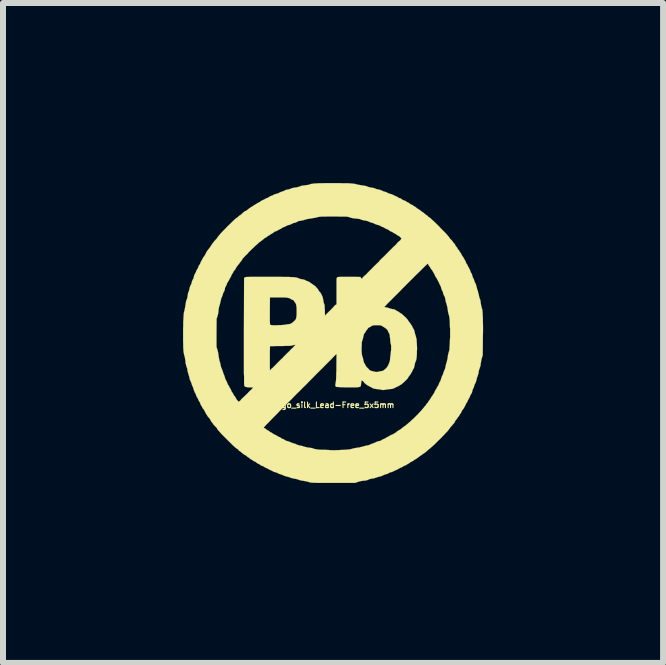
<source format=kicad_pcb>
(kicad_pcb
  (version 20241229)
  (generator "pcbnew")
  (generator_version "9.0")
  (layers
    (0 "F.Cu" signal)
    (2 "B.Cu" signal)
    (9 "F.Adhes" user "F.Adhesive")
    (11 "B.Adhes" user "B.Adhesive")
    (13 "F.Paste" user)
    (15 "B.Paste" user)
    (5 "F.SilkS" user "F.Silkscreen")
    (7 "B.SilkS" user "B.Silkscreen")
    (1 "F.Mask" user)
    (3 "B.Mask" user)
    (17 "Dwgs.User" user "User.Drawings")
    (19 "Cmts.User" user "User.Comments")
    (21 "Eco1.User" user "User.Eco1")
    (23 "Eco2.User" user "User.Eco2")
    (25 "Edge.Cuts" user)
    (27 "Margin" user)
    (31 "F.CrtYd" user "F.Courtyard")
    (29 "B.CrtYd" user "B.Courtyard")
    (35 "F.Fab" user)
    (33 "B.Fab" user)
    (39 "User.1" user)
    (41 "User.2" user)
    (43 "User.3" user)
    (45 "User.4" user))
  (footprint "Logo_silk_Lead-Free_5x5mm"
    (layer "F.Cu")
    (at 2.501 2.501)
    (property "Reference" "Logo_silk_Lead-Free_5x5mm" (at 0 1.2 0) (layer "F.SilkS") (effects (font (size 0.094 0.094) (thickness 0.018))))
    (attr through_hole)
    (fp_poly (pts (xy 2.499 -0.033) (xy 2.497 0.056) (xy 2.497 0.081) (xy 2.494 0.368) (xy 2.479 0.419) (xy 2.471 0.447) (xy 2.466 0.478) (xy 2.461 0.505) (xy 2.461 0.513) (xy 2.454 0.556) (xy 2.443 0.584) (xy 2.436 0.607) (xy 2.428 0.632) (xy 2.426 0.653) (xy 2.421 0.678) (xy 2.413 0.704) (xy 2.408 0.721) (xy 2.398 0.744) (xy 2.393 0.767) (xy 2.39 0.78) (xy 2.385 0.8) (xy 2.377 0.823) (xy 2.372 0.833) (xy 2.362 0.853) (xy 2.355 0.871) (xy 2.352 0.881) (xy 2.347 0.899) (xy 2.339 0.919) (xy 2.337 0.922) (xy 2.329 0.937) (xy 2.322 0.958) (xy 2.319 0.973) (xy 2.314 0.993) (xy 2.306 1.008) (xy 2.301 1.016) (xy 2.294 1.026) (xy 2.286 1.041) (xy 2.283 1.052) (xy 2.276 1.069) (xy 2.266 1.087) (xy 2.261 1.095) (xy 2.253 1.11) (xy 2.245 1.125) (xy 2.24 1.143) (xy 2.23 1.156) (xy 2.22 1.171) (xy 2.212 1.189) (xy 2.202 1.209) (xy 2.189 1.234) (xy 2.174 1.26) (xy 2.159 1.28) (xy 2.156 1.283) (xy 2.146 1.295) (xy 2.141 1.308) (xy 2.141 1.311) (xy 2.139 1.318) (xy 2.131 1.331) (xy 2.123 1.341) (xy 2.113 1.356) (xy 2.103 1.374) (xy 2.101 1.379) (xy 2.093 1.389) (xy 2.088 1.394) (xy 2.088 1.397) (xy 2.083 1.4) (xy 2.075 1.41) (xy 2.075 1.412) (xy 2.065 1.427) (xy 2.052 1.445) (xy 2.047 1.45) (xy 2.037 1.463) (xy 2.032 1.473) (xy 2.029 1.476) (xy 2.029 1.481) (xy 2.027 1.486) (xy 2.022 1.494) (xy 2.012 1.506) (xy 1.996 1.524) (xy 1.976 1.549) (xy 1.968 1.554) (xy 1.953 1.575) (xy 1.951 1.577) (xy 1.951 0.008) (xy 1.951 -0.008) (xy 1.951 -0.025) (xy 1.951 -0.046) (xy 1.951 -0.069) (xy 1.948 -0.097) (xy 1.946 -0.147) (xy 1.946 -0.188) (xy 1.943 -0.221) (xy 1.941 -0.246) (xy 1.938 -0.267) (xy 1.935 -0.282) (xy 1.933 -0.292) (xy 1.93 -0.302) (xy 1.928 -0.307) (xy 1.923 -0.325) (xy 1.918 -0.348) (xy 1.913 -0.373) (xy 1.913 -0.381) (xy 1.908 -0.414) (xy 1.902 -0.445) (xy 1.895 -0.47) (xy 1.887 -0.498) (xy 1.88 -0.518) (xy 1.875 -0.544) (xy 1.872 -0.559) (xy 1.867 -0.587) (xy 1.859 -0.61) (xy 1.857 -0.612) (xy 1.849 -0.627) (xy 1.839 -0.648) (xy 1.836 -0.66) (xy 1.831 -0.681) (xy 1.824 -0.699) (xy 1.819 -0.706) (xy 1.811 -0.721) (xy 1.806 -0.739) (xy 1.803 -0.747) (xy 1.798 -0.767) (xy 1.791 -0.787) (xy 1.788 -0.792) (xy 1.778 -0.81) (xy 1.768 -0.831) (xy 1.768 -0.833) (xy 1.758 -0.853) (xy 1.748 -0.874) (xy 1.745 -0.876) (xy 1.737 -0.892) (xy 1.732 -0.902) (xy 1.732 -0.904) (xy 1.727 -0.912) (xy 1.72 -0.922) (xy 1.717 -0.927) (xy 1.704 -0.945) (xy 1.697 -0.965) (xy 1.694 -0.968) (xy 1.687 -0.986) (xy 1.676 -1.003) (xy 1.674 -1.008) (xy 1.664 -1.024) (xy 1.659 -1.034) (xy 1.656 -1.036) (xy 1.654 -1.044) (xy 1.646 -1.054) (xy 1.636 -1.064) (xy 1.626 -1.079) (xy 1.623 -1.087) (xy 1.613 -1.102) (xy 1.605 -1.113) (xy 1.603 -1.115) (xy 1.598 -1.123) (xy 1.59 -1.135) (xy 1.59 -1.138) (xy 1.582 -1.151) (xy 1.577 -1.156) (xy 1.575 -1.156) (xy 1.572 -1.153) (xy 1.56 -1.14) (xy 1.542 -1.125) (xy 1.519 -1.102) (xy 1.491 -1.074) (xy 1.458 -1.041) (xy 1.422 -1.006) (xy 1.382 -0.968) (xy 1.341 -0.927) (xy 1.298 -0.884) (xy 1.252 -0.838) (xy 1.209 -0.795) (xy 1.163 -0.749) (xy 1.14 -0.726) (xy 1.14 -1.577) (xy 1.12 -1.598) (xy 1.105 -1.613) (xy 1.09 -1.621) (xy 1.082 -1.626) (xy 1.067 -1.633) (xy 1.054 -1.643) (xy 1.041 -1.654) (xy 1.029 -1.659) (xy 1.013 -1.666) (xy 1.003 -1.674) (xy 0.993 -1.681) (xy 0.978 -1.689) (xy 0.97 -1.692) (xy 0.953 -1.699) (xy 0.935 -1.709) (xy 0.932 -1.714) (xy 0.917 -1.725) (xy 0.899 -1.732) (xy 0.897 -1.732) (xy 0.879 -1.74) (xy 0.864 -1.75) (xy 0.861 -1.75) (xy 0.846 -1.76) (xy 0.828 -1.768) (xy 0.826 -1.768) (xy 0.808 -1.775) (xy 0.792 -1.783) (xy 0.792 -1.786) (xy 0.78 -1.791) (xy 0.762 -1.798) (xy 0.744 -1.803) (xy 0.724 -1.808) (xy 0.704 -1.816) (xy 0.693 -1.821) (xy 0.678 -1.829) (xy 0.658 -1.836) (xy 0.648 -1.839) (xy 0.627 -1.844) (xy 0.605 -1.854) (xy 0.597 -1.857) (xy 0.574 -1.867) (xy 0.541 -1.875) (xy 0.533 -1.875) (xy 0.508 -1.88) (xy 0.485 -1.885) (xy 0.467 -1.892) (xy 0.445 -1.9) (xy 0.414 -1.905) (xy 0.396 -1.908) (xy 0.361 -1.91) (xy 0.333 -1.915) (xy 0.312 -1.918) (xy 0.295 -1.923) (xy 0.279 -1.928) (xy 0.274 -1.93) (xy 0.267 -1.933) (xy 0.259 -1.935) (xy 0.251 -1.938) (xy 0.241 -1.938) (xy 0.226 -1.941) (xy 0.208 -1.941) (xy 0.183 -1.941) (xy 0.152 -1.941) (xy 0.114 -1.941) (xy 0.069 -1.943) (xy 0.01 -1.943) (xy -0.046 -1.943) (xy -0.091 -1.943) (xy -0.13 -1.941) (xy -0.16 -1.941) (xy -0.185 -1.941) (xy -0.206 -1.941) (xy -0.221 -1.938) (xy -0.234 -1.938) (xy -0.244 -1.935) (xy -0.254 -1.933) (xy -0.264 -1.93) (xy -0.267 -1.93) (xy -0.292 -1.923) (xy -0.323 -1.918) (xy -0.353 -1.913) (xy -0.368 -1.91) (xy -0.399 -1.905) (xy -0.432 -1.9) (xy -0.457 -1.892) (xy -0.467 -1.89) (xy -0.493 -1.882) (xy -0.518 -1.877) (xy -0.541 -1.872) (xy -0.574 -1.867) (xy -0.594 -1.857) (xy -0.612 -1.847) (xy -0.632 -1.839) (xy -0.638 -1.839) (xy -0.66 -1.834) (xy -0.681 -1.824) (xy -0.688 -1.821) (xy -0.706 -1.811) (xy -0.729 -1.803) (xy -0.739 -1.801) (xy -0.757 -1.796) (xy -0.775 -1.788) (xy -0.782 -1.786) (xy -0.795 -1.775) (xy -0.813 -1.77) (xy -0.815 -1.768) (xy -0.833 -1.763) (xy -0.846 -1.755) (xy -0.848 -1.753) (xy -0.861 -1.745) (xy -0.876 -1.735) (xy -0.889 -1.73) (xy -0.909 -1.72) (xy -0.927 -1.709) (xy -0.937 -1.704) (xy -0.95 -1.697) (xy -0.963 -1.694) (xy -0.965 -1.694) (xy -0.973 -1.692) (xy -0.983 -1.684) (xy -0.993 -1.674) (xy -1.011 -1.664) (xy -1.013 -1.661) (xy -1.031 -1.651) (xy -1.049 -1.641) (xy -1.052 -1.638) (xy -1.062 -1.628) (xy -1.072 -1.626) (xy -1.082 -1.621) (xy -1.092 -1.613) (xy -1.102 -1.605) (xy -1.115 -1.595) (xy -1.125 -1.59) (xy -1.13 -1.587) (xy -1.135 -1.585) (xy -1.148 -1.577) (xy -1.158 -1.567) (xy -1.179 -1.549) (xy -1.196 -1.537) (xy -1.209 -1.527) (xy -1.222 -1.519) (xy -1.232 -1.511) (xy -1.25 -1.494) (xy -1.273 -1.473) (xy -1.3 -1.45) (xy -1.328 -1.422) (xy -1.356 -1.397) (xy -1.384 -1.369) (xy -1.41 -1.344) (xy -1.415 -1.336) (xy -1.435 -1.313) (xy -1.458 -1.293) (xy -1.476 -1.273) (xy -1.488 -1.26) (xy -1.494 -1.255) (xy -1.506 -1.24) (xy -1.516 -1.224) (xy -1.521 -1.217) (xy -1.529 -1.204) (xy -1.534 -1.194) (xy -1.537 -1.194) (xy -1.544 -1.186) (xy -1.552 -1.176) (xy -1.562 -1.161) (xy -1.572 -1.148) (xy -1.587 -1.13) (xy -1.605 -1.107) (xy -1.618 -1.085) (xy -1.628 -1.067) (xy -1.633 -1.057) (xy -1.638 -1.049) (xy -1.641 -1.049) (xy -1.646 -1.044) (xy -1.654 -1.034) (xy -1.661 -1.019) (xy -1.671 -1.001) (xy -1.679 -0.988) (xy -1.684 -0.983) (xy -1.689 -0.975) (xy -1.694 -0.963) (xy -1.694 -0.96) (xy -1.702 -0.942) (xy -1.712 -0.925) (xy -1.722 -0.907) (xy -1.732 -0.889) (xy -1.74 -0.871) (xy -1.75 -0.859) (xy -1.75 -0.856) (xy -1.76 -0.843) (xy -1.768 -0.826) (xy -1.773 -0.81) (xy -1.781 -0.79) (xy -1.786 -0.785) (xy -1.796 -0.765) (xy -1.803 -0.742) (xy -1.803 -0.734) (xy -1.808 -0.714) (xy -1.816 -0.693) (xy -1.821 -0.688) (xy -1.829 -0.671) (xy -1.836 -0.65) (xy -1.839 -0.643) (xy -1.844 -0.622) (xy -1.854 -0.599) (xy -1.857 -0.594) (xy -1.864 -0.577) (xy -1.869 -0.554) (xy -1.875 -0.533) (xy -1.88 -0.508) (xy -1.887 -0.478) (xy -1.895 -0.455) (xy -1.902 -0.427) (xy -1.908 -0.394) (xy -1.91 -0.366) (xy -1.915 -0.325) (xy -1.925 -0.287) (xy -1.928 -0.277) (xy -1.941 -0.236) (xy -1.943 -0.003) (xy -1.943 0.231) (xy -1.928 0.277) (xy -1.92 0.307) (xy -1.913 0.343) (xy -1.908 0.381) (xy -1.908 0.384) (xy -1.902 0.417) (xy -1.897 0.445) (xy -1.892 0.465) (xy -1.892 0.467) (xy -1.885 0.485) (xy -1.88 0.508) (xy -1.875 0.528) (xy -1.869 0.559) (xy -1.859 0.587) (xy -1.854 0.597) (xy -1.847 0.615) (xy -1.839 0.635) (xy -1.836 0.645) (xy -1.831 0.663) (xy -1.824 0.683) (xy -1.819 0.693) (xy -1.811 0.714) (xy -1.803 0.737) (xy -1.801 0.747) (xy -1.796 0.765) (xy -1.788 0.78) (xy -1.786 0.785) (xy -1.778 0.798) (xy -1.77 0.815) (xy -1.765 0.826) (xy -1.76 0.843) (xy -1.753 0.859) (xy -1.748 0.864) (xy -1.737 0.879) (xy -1.732 0.894) (xy -1.73 0.894) (xy -1.722 0.912) (xy -1.712 0.927) (xy -1.704 0.94) (xy -1.697 0.958) (xy -1.694 0.963) (xy -1.689 0.978) (xy -1.681 0.988) (xy -1.679 0.991) (xy -1.671 1.001) (xy -1.664 1.016) (xy -1.661 1.021) (xy -1.654 1.036) (xy -1.643 1.049) (xy -1.641 1.052) (xy -1.631 1.064) (xy -1.623 1.079) (xy -1.615 1.095) (xy -1.603 1.113) (xy -1.595 1.12) (xy -1.577 1.146) (xy -1.557 1.133) (xy -1.547 1.125) (xy -1.537 1.115) (xy -1.532 1.105) (xy -1.521 1.095) (xy -1.506 1.082) (xy -1.486 1.062) (xy -1.458 1.036) (xy -1.427 1.006) (xy -1.417 0.996) (xy -1.41 0.986) (xy -1.4 0.978) (xy -1.392 0.968) (xy -1.387 0.963) (xy -1.379 0.958) (xy -1.369 0.947) (xy -1.356 0.935) (xy -1.344 0.922) (xy -1.336 0.912) (xy -1.331 0.907) (xy -1.336 0.907) (xy -1.349 0.907) (xy -1.369 0.904) (xy -1.384 0.904) (xy -1.42 0.904) (xy -1.445 0.899) (xy -1.466 0.894) (xy -1.476 0.884) (xy -1.478 0.879) (xy -1.481 0.874) (xy -1.481 0.869) (xy -1.481 0.856) (xy -1.483 0.841) (xy -1.483 0.818) (xy -1.483 0.792) (xy -1.483 0.759) (xy -1.483 0.721) (xy -1.486 0.676) (xy -1.486 0.622) (xy -1.486 0.561) (xy -1.486 0.493) (xy -1.486 0.417) (xy -1.486 0.33) (xy -1.486 0.236) (xy -1.486 0.132) (xy -1.486 0.018) (xy -1.486 -0.025) (xy -1.483 -0.917) (xy -1.471 -0.927) (xy -1.468 -0.93) (xy -1.466 -0.93) (xy -1.46 -0.932) (xy -1.453 -0.932) (xy -1.44 -0.935) (xy -1.425 -0.935) (xy -1.407 -0.935) (xy -1.382 -0.937) (xy -1.351 -0.937) (xy -1.313 -0.937) (xy -1.267 -0.937) (xy -1.212 -0.937) (xy -1.148 -0.937) (xy -1.097 -0.937) (xy -1.013 -0.937) (xy -0.94 -0.937) (xy -0.874 -0.937) (xy -0.818 -0.935) (xy -0.77 -0.935) (xy -0.729 -0.935) (xy -0.693 -0.932) (xy -0.665 -0.932) (xy -0.643 -0.93) (xy -0.622 -0.927) (xy -0.61 -0.925) (xy -0.597 -0.922) (xy -0.587 -0.917) (xy -0.584 -0.917) (xy -0.566 -0.909) (xy -0.546 -0.902) (xy -0.521 -0.897) (xy -0.518 -0.897) (xy -0.493 -0.892) (xy -0.472 -0.886) (xy -0.46 -0.879) (xy -0.447 -0.871) (xy -0.429 -0.866) (xy -0.419 -0.861) (xy -0.396 -0.853) (xy -0.384 -0.843) (xy -0.376 -0.833) (xy -0.368 -0.831) (xy -0.361 -0.828) (xy -0.348 -0.818) (xy -0.343 -0.815) (xy -0.328 -0.803) (xy -0.312 -0.792) (xy -0.31 -0.79) (xy -0.297 -0.782) (xy -0.284 -0.767) (xy -0.269 -0.749) (xy -0.254 -0.734) (xy -0.244 -0.716) (xy -0.236 -0.704) (xy -0.234 -0.699) (xy -0.229 -0.691) (xy -0.224 -0.686) (xy -0.216 -0.681) (xy -0.206 -0.665) (xy -0.196 -0.648) (xy -0.191 -0.638) (xy -0.178 -0.61) (xy -0.17 -0.584) (xy -0.165 -0.556) (xy -0.163 -0.549) (xy -0.16 -0.526) (xy -0.155 -0.505) (xy -0.15 -0.49) (xy -0.15 -0.488) (xy -0.145 -0.478) (xy -0.142 -0.465) (xy -0.14 -0.447) (xy -0.14 -0.422) (xy -0.137 -0.389) (xy -0.137 -0.381) (xy -0.135 -0.29) (xy -0.109 -0.318) (xy -0.094 -0.333) (xy -0.081 -0.345) (xy -0.074 -0.353) (xy -0.048 -0.378) (xy -0.025 -0.401) (xy -0.003 -0.424) (xy 0.013 -0.442) (xy 0.025 -0.457) (xy 0.038 -0.467) (xy 0.046 -0.472) (xy 0.058 -0.48) (xy 0.058 -0.699) (xy 0.058 -0.752) (xy 0.058 -0.795) (xy 0.058 -0.831) (xy 0.058 -0.859) (xy 0.058 -0.881) (xy 0.058 -0.897) (xy 0.061 -0.909) (xy 0.061 -0.917) (xy 0.064 -0.922) (xy 0.066 -0.925) (xy 0.069 -0.927) (xy 0.071 -0.93) (xy 0.076 -0.932) (xy 0.081 -0.932) (xy 0.091 -0.935) (xy 0.104 -0.935) (xy 0.124 -0.937) (xy 0.15 -0.937) (xy 0.183 -0.937) (xy 0.224 -0.937) (xy 0.262 -0.937) (xy 0.305 -0.937) (xy 0.345 -0.937) (xy 0.381 -0.937) (xy 0.411 -0.935) (xy 0.434 -0.935) (xy 0.45 -0.935) (xy 0.455 -0.935) (xy 0.462 -0.927) (xy 0.47 -0.914) (xy 0.475 -0.904) (xy 0.478 -0.902) (xy 0.483 -0.909) (xy 0.49 -0.919) (xy 0.5 -0.932) (xy 0.513 -0.945) (xy 0.526 -0.958) (xy 0.533 -0.963) (xy 0.536 -0.963) (xy 0.541 -0.968) (xy 0.551 -0.978) (xy 0.564 -0.991) (xy 0.566 -0.993) (xy 0.584 -1.013) (xy 0.607 -1.036) (xy 0.622 -1.052) (xy 0.638 -1.064) (xy 0.648 -1.077) (xy 0.655 -1.085) (xy 0.668 -1.097) (xy 0.686 -1.115) (xy 0.706 -1.135) (xy 0.726 -1.153) (xy 0.742 -1.171) (xy 0.744 -1.171) (xy 0.759 -1.184) (xy 0.767 -1.194) (xy 0.772 -1.199) (xy 0.775 -1.206) (xy 0.785 -1.217) (xy 0.798 -1.229) (xy 0.8 -1.232) (xy 0.815 -1.245) (xy 0.826 -1.257) (xy 0.833 -1.262) (xy 0.838 -1.267) (xy 0.851 -1.28) (xy 0.866 -1.295) (xy 0.884 -1.313) (xy 0.886 -1.316) (xy 0.904 -1.333) (xy 0.922 -1.351) (xy 0.932 -1.364) (xy 0.94 -1.369) (xy 0.947 -1.377) (xy 0.958 -1.387) (xy 0.97 -1.4) (xy 0.978 -1.407) (xy 0.991 -1.42) (xy 1.003 -1.435) (xy 1.024 -1.45) (xy 1.026 -1.455) (xy 1.041 -1.468) (xy 1.052 -1.478) (xy 1.054 -1.483) (xy 1.059 -1.488) (xy 1.067 -1.499) (xy 1.079 -1.511) (xy 1.092 -1.524) (xy 1.105 -1.534) (xy 1.113 -1.539) (xy 1.118 -1.544) (xy 1.125 -1.554) (xy 1.13 -1.56) (xy 1.14 -1.577) (xy 1.14 -0.726) (xy 1.12 -0.704) (xy 1.077 -0.66) (xy 1.036 -0.62) (xy 0.998 -0.582) (xy 0.963 -0.546) (xy 0.932 -0.516) (xy 0.904 -0.488) (xy 0.884 -0.465) (xy 0.869 -0.45) (xy 0.859 -0.439) (xy 0.856 -0.434) (xy 0.864 -0.432) (xy 0.876 -0.429) (xy 0.889 -0.427) (xy 0.912 -0.422) (xy 0.937 -0.414) (xy 0.947 -0.409) (xy 0.968 -0.404) (xy 0.991 -0.399) (xy 0.998 -0.399) (xy 1.024 -0.394) (xy 1.036 -0.386) (xy 1.052 -0.376) (xy 1.069 -0.366) (xy 1.074 -0.363) (xy 1.09 -0.356) (xy 1.102 -0.348) (xy 1.107 -0.343) (xy 1.118 -0.335) (xy 1.133 -0.328) (xy 1.143 -0.32) (xy 1.158 -0.307) (xy 1.176 -0.292) (xy 1.194 -0.274) (xy 1.214 -0.257) (xy 1.229 -0.239) (xy 1.242 -0.224) (xy 1.25 -0.213) (xy 1.252 -0.208) (xy 1.255 -0.201) (xy 1.265 -0.191) (xy 1.27 -0.183) (xy 1.28 -0.17) (xy 1.288 -0.16) (xy 1.29 -0.157) (xy 1.293 -0.15) (xy 1.3 -0.137) (xy 1.303 -0.137) (xy 1.313 -0.124) (xy 1.321 -0.107) (xy 1.323 -0.102) (xy 1.331 -0.084) (xy 1.339 -0.069) (xy 1.344 -0.066) (xy 1.351 -0.048) (xy 1.359 -0.023) (xy 1.359 -0.018) (xy 1.364 0.005) (xy 1.372 0.03) (xy 1.377 0.048) (xy 1.384 0.071) (xy 1.392 0.107) (xy 1.394 0.147) (xy 1.397 0.198) (xy 1.4 0.254) (xy 1.397 0.312) (xy 1.397 0.348) (xy 1.394 0.384) (xy 1.392 0.411) (xy 1.389 0.429) (xy 1.387 0.445) (xy 1.384 0.455) (xy 1.382 0.46) (xy 1.379 0.465) (xy 1.372 0.483) (xy 1.364 0.508) (xy 1.361 0.526) (xy 1.354 0.556) (xy 1.349 0.579) (xy 1.341 0.594) (xy 1.331 0.61) (xy 1.323 0.625) (xy 1.323 0.627) (xy 1.318 0.64) (xy 1.306 0.66) (xy 1.293 0.681) (xy 1.278 0.704) (xy 1.273 0.711) (xy 1.26 0.726) (xy 1.25 0.744) (xy 1.245 0.754) (xy 1.232 0.767) (xy 1.217 0.785) (xy 1.196 0.803) (xy 1.176 0.823) (xy 1.158 0.838) (xy 1.143 0.851) (xy 1.13 0.861) (xy 1.125 0.864) (xy 1.118 0.866) (xy 1.107 0.874) (xy 1.102 0.876) (xy 1.087 0.886) (xy 1.067 0.894) (xy 1.049 0.902) (xy 1.031 0.912) (xy 1.026 0.914) (xy 1.016 0.919) (xy 1.003 0.925) (xy 0.986 0.93) (xy 0.968 0.932) (xy 0.968 0.239) (xy 0.968 0.211) (xy 0.965 0.191) (xy 0.96 0.178) (xy 0.958 0.163) (xy 0.955 0.142) (xy 0.953 0.117) (xy 0.95 0.081) (xy 0.947 0.066) (xy 0.945 0.041) (xy 0.942 0.023) (xy 0.937 0.01) (xy 0.932 0) (xy 0.93 0) (xy 0.922 -0.015) (xy 0.917 -0.028) (xy 0.917 -0.03) (xy 0.912 -0.041) (xy 0.902 -0.056) (xy 0.886 -0.071) (xy 0.871 -0.084) (xy 0.853 -0.094) (xy 0.851 -0.097) (xy 0.833 -0.107) (xy 0.818 -0.117) (xy 0.81 -0.122) (xy 0.805 -0.124) (xy 0.792 -0.127) (xy 0.78 -0.13) (xy 0.757 -0.13) (xy 0.729 -0.13) (xy 0.701 -0.13) (xy 0.681 -0.13) (xy 0.665 -0.127) (xy 0.655 -0.124) (xy 0.648 -0.122) (xy 0.64 -0.117) (xy 0.638 -0.114) (xy 0.622 -0.104) (xy 0.605 -0.097) (xy 0.602 -0.094) (xy 0.592 -0.089) (xy 0.584 -0.084) (xy 0.582 -0.079) (xy 0.574 -0.066) (xy 0.564 -0.056) (xy 0.554 -0.041) (xy 0.544 -0.028) (xy 0.544 -0.023) (xy 0.538 -0.015) (xy 0.531 -0.003) (xy 0.526 0) (xy 0.516 0.015) (xy 0.511 0.033) (xy 0.505 0.056) (xy 0.5 0.081) (xy 0.493 0.107) (xy 0.488 0.124) (xy 0.483 0.137) (xy 0.48 0.147) (xy 0.478 0.163) (xy 0.478 0.18) (xy 0.478 0.203) (xy 0.475 0.234) (xy 0.475 0.257) (xy 0.475 0.295) (xy 0.478 0.323) (xy 0.478 0.343) (xy 0.48 0.358) (xy 0.483 0.368) (xy 0.485 0.378) (xy 0.485 0.381) (xy 0.49 0.396) (xy 0.498 0.417) (xy 0.503 0.442) (xy 0.503 0.447) (xy 0.511 0.478) (xy 0.516 0.495) (xy 0.521 0.503) (xy 0.531 0.516) (xy 0.538 0.531) (xy 0.538 0.533) (xy 0.544 0.544) (xy 0.556 0.561) (xy 0.572 0.579) (xy 0.582 0.587) (xy 0.597 0.605) (xy 0.61 0.617) (xy 0.622 0.625) (xy 0.638 0.63) (xy 0.658 0.635) (xy 0.663 0.638) (xy 0.691 0.643) (xy 0.711 0.648) (xy 0.726 0.648) (xy 0.742 0.648) (xy 0.759 0.643) (xy 0.767 0.64) (xy 0.787 0.638) (xy 0.805 0.635) (xy 0.813 0.632) (xy 0.823 0.63) (xy 0.838 0.625) (xy 0.856 0.612) (xy 0.866 0.602) (xy 0.884 0.587) (xy 0.897 0.572) (xy 0.909 0.554) (xy 0.922 0.528) (xy 0.925 0.523) (xy 0.935 0.498) (xy 0.942 0.48) (xy 0.947 0.46) (xy 0.95 0.437) (xy 0.95 0.429) (xy 0.953 0.399) (xy 0.958 0.368) (xy 0.96 0.34) (xy 0.96 0.338) (xy 0.965 0.305) (xy 0.968 0.272) (xy 0.968 0.239) (xy 0.968 0.932) (xy 0.963 0.932) (xy 0.94 0.935) (xy 0.912 0.937) (xy 0.886 0.942) (xy 0.866 0.945) (xy 0.853 0.947) (xy 0.831 0.95) (xy 0.818 0.947) (xy 0.805 0.945) (xy 0.785 0.94) (xy 0.759 0.937) (xy 0.737 0.935) (xy 0.706 0.93) (xy 0.686 0.927) (xy 0.671 0.922) (xy 0.66 0.917) (xy 0.658 0.917) (xy 0.643 0.907) (xy 0.625 0.899) (xy 0.622 0.897) (xy 0.592 0.881) (xy 0.559 0.861) (xy 0.528 0.836) (xy 0.513 0.818) (xy 0.498 0.8) (xy 0.485 0.792) (xy 0.478 0.792) (xy 0.472 0.8) (xy 0.47 0.82) (xy 0.467 0.838) (xy 0.465 0.864) (xy 0.462 0.881) (xy 0.455 0.892) (xy 0.442 0.897) (xy 0.422 0.902) (xy 0.414 0.902) (xy 0.394 0.904) (xy 0.368 0.904) (xy 0.338 0.904) (xy 0.302 0.904) (xy 0.264 0.904) (xy 0.224 0.904) (xy 0.185 0.904) (xy 0.15 0.902) (xy 0.117 0.902) (xy 0.089 0.899) (xy 0.069 0.899) (xy 0.056 0.897) (xy 0.053 0.897) (xy 0.043 0.889) (xy 0.038 0.876) (xy 0.038 0.859) (xy 0.043 0.833) (xy 0.043 0.826) (xy 0.046 0.813) (xy 0.048 0.795) (xy 0.051 0.775) (xy 0.051 0.747) (xy 0.053 0.714) (xy 0.053 0.671) (xy 0.056 0.622) (xy 0.056 0.566) (xy 0.058 0.348) (xy 0.046 0.358) (xy 0.038 0.366) (xy 0.023 0.381) (xy 0 0.404) (xy -0.023 0.429) (xy -0.056 0.462) (xy -0.094 0.5) (xy -0.135 0.541) (xy -0.18 0.587) (xy -0.229 0.635) (xy -0.282 0.688) (xy -0.335 0.742) (xy -0.391 0.798) (xy -0.447 0.856) (xy -0.505 0.912) (xy -0.564 0.973) (xy -0.607 1.013) (xy -0.607 -0.361) (xy -0.607 -0.366) (xy -0.607 -0.409) (xy -0.61 -0.442) (xy -0.615 -0.47) (xy -0.62 -0.488) (xy -0.63 -0.503) (xy -0.632 -0.508) (xy -0.643 -0.521) (xy -0.65 -0.533) (xy -0.653 -0.536) (xy -0.658 -0.546) (xy -0.676 -0.554) (xy -0.681 -0.556) (xy -0.699 -0.564) (xy -0.714 -0.574) (xy -0.719 -0.577) (xy -0.732 -0.582) (xy -0.752 -0.587) (xy -0.777 -0.592) (xy -0.813 -0.594) (xy -0.856 -0.594) (xy -0.909 -0.594) (xy -0.932 -0.594) (xy -1.052 -0.594) (xy -1.054 -0.368) (xy -1.054 -0.312) (xy -1.054 -0.264) (xy -1.054 -0.226) (xy -1.054 -0.196) (xy -1.052 -0.173) (xy -1.052 -0.157) (xy -1.049 -0.145) (xy -1.049 -0.14) (xy -1.046 -0.137) (xy -1.039 -0.135) (xy -1.024 -0.132) (xy -0.998 -0.13) (xy -0.97 -0.13) (xy -0.937 -0.13) (xy -0.904 -0.132) (xy -0.871 -0.132) (xy -0.841 -0.135) (xy -0.815 -0.137) (xy -0.795 -0.14) (xy -0.792 -0.14) (xy -0.77 -0.145) (xy -0.744 -0.147) (xy -0.726 -0.15) (xy -0.704 -0.157) (xy -0.678 -0.173) (xy -0.653 -0.196) (xy -0.645 -0.203) (xy -0.635 -0.213) (xy -0.632 -0.216) (xy -0.622 -0.229) (xy -0.615 -0.249) (xy -0.61 -0.277) (xy -0.607 -0.315) (xy -0.607 -0.361) (xy -0.607 1.013) (xy -0.622 1.031) (xy -0.63 1.036) (xy -0.63 0.198) (xy -0.632 0.196) (xy -0.64 0.196) (xy -0.65 0.198) (xy -0.668 0.203) (xy -0.678 0.206) (xy -0.688 0.208) (xy -0.699 0.211) (xy -0.714 0.211) (xy -0.732 0.213) (xy -0.757 0.213) (xy -0.79 0.213) (xy -0.831 0.216) (xy -0.874 0.216) (xy -0.917 0.216) (xy -0.955 0.216) (xy -0.988 0.218) (xy -1.016 0.218) (xy -1.036 0.218) (xy -1.046 0.218) (xy -1.049 0.221) (xy -1.052 0.226) (xy -1.052 0.241) (xy -1.052 0.264) (xy -1.054 0.292) (xy -1.054 0.328) (xy -1.054 0.363) (xy -1.054 0.404) (xy -1.054 0.445) (xy -1.054 0.483) (xy -1.054 0.521) (xy -1.054 0.554) (xy -1.054 0.582) (xy -1.052 0.605) (xy -1.052 0.617) (xy -1.049 0.622) (xy -1.044 0.617) (xy -1.039 0.61) (xy -1.031 0.599) (xy -1.029 0.597) (xy -1.024 0.592) (xy -1.011 0.582) (xy -0.996 0.569) (xy -0.978 0.549) (xy -0.958 0.531) (xy -0.937 0.508) (xy -0.922 0.493) (xy -0.917 0.488) (xy -0.904 0.475) (xy -0.886 0.457) (xy -0.866 0.437) (xy -0.843 0.417) (xy -0.823 0.394) (xy -0.8 0.371) (xy -0.78 0.351) (xy -0.762 0.333) (xy -0.752 0.323) (xy -0.744 0.318) (xy -0.744 0.315) (xy -0.737 0.31) (xy -0.724 0.297) (xy -0.709 0.279) (xy -0.691 0.262) (xy -0.671 0.244) (xy -0.655 0.226) (xy -0.643 0.213) (xy -0.635 0.206) (xy -0.63 0.198) (xy -0.63 1.036) (xy -0.681 1.09) (xy -0.737 1.146) (xy -0.792 1.201) (xy -0.846 1.255) (xy -0.897 1.306) (xy -0.942 1.354) (xy -0.986 1.397) (xy -1.026 1.438) (xy -1.062 1.476) (xy -1.092 1.506) (xy -1.118 1.532) (xy -1.135 1.552) (xy -1.148 1.565) (xy -1.153 1.57) (xy -1.156 1.57) (xy -1.151 1.58) (xy -1.14 1.587) (xy -1.125 1.595) (xy -1.11 1.608) (xy -1.107 1.61) (xy -1.095 1.618) (xy -1.085 1.626) (xy -1.082 1.626) (xy -1.074 1.628) (xy -1.064 1.636) (xy -1.059 1.641) (xy -1.046 1.651) (xy -1.036 1.656) (xy -1.034 1.656) (xy -1.026 1.659) (xy -1.016 1.666) (xy -1.008 1.671) (xy -0.991 1.684) (xy -0.973 1.692) (xy -0.968 1.694) (xy -0.953 1.702) (xy -0.932 1.712) (xy -0.93 1.717) (xy -0.914 1.725) (xy -0.904 1.73) (xy -0.899 1.732) (xy -0.889 1.735) (xy -0.876 1.742) (xy -0.874 1.745) (xy -0.859 1.755) (xy -0.841 1.765) (xy -0.836 1.765) (xy -0.818 1.773) (xy -0.805 1.783) (xy -0.8 1.786) (xy -0.79 1.791) (xy -0.772 1.798) (xy -0.759 1.801) (xy -0.737 1.808) (xy -0.716 1.816) (xy -0.706 1.821) (xy -0.686 1.829) (xy -0.665 1.836) (xy -0.658 1.839) (xy -0.635 1.844) (xy -0.615 1.854) (xy -0.61 1.857) (xy -0.589 1.864) (xy -0.566 1.872) (xy -0.556 1.875) (xy -0.531 1.877) (xy -0.505 1.885) (xy -0.493 1.89) (xy -0.472 1.895) (xy -0.447 1.902) (xy -0.419 1.908) (xy -0.401 1.91) (xy -0.373 1.913) (xy -0.351 1.918) (xy -0.333 1.923) (xy -0.325 1.925) (xy -0.305 1.933) (xy -0.274 1.938) (xy -0.236 1.943) (xy -0.191 1.946) (xy -0.165 1.946) (xy -0.135 1.946) (xy -0.104 1.948) (xy -0.076 1.948) (xy -0.061 1.951) (xy -0.038 1.951) (xy -0.008 1.953) (xy 0.018 1.953) (xy 0.028 1.953) (xy 0.058 1.951) (xy 0.094 1.951) (xy 0.127 1.948) (xy 0.14 1.948) (xy 0.188 1.946) (xy 0.226 1.943) (xy 0.257 1.941) (xy 0.279 1.938) (xy 0.3 1.933) (xy 0.315 1.93) (xy 0.318 1.928) (xy 0.338 1.923) (xy 0.361 1.918) (xy 0.389 1.913) (xy 0.406 1.91) (xy 0.434 1.908) (xy 0.46 1.9) (xy 0.483 1.895) (xy 0.493 1.892) (xy 0.511 1.887) (xy 0.536 1.88) (xy 0.559 1.875) (xy 0.582 1.872) (xy 0.605 1.864) (xy 0.62 1.857) (xy 0.638 1.849) (xy 0.66 1.841) (xy 0.668 1.839) (xy 0.686 1.831) (xy 0.704 1.824) (xy 0.709 1.821) (xy 0.724 1.814) (xy 0.742 1.806) (xy 0.759 1.803) (xy 0.78 1.798) (xy 0.798 1.791) (xy 0.808 1.786) (xy 0.823 1.775) (xy 0.838 1.768) (xy 0.841 1.768) (xy 0.859 1.76) (xy 0.876 1.753) (xy 0.876 1.75) (xy 0.892 1.74) (xy 0.909 1.732) (xy 0.912 1.73) (xy 0.927 1.722) (xy 0.94 1.714) (xy 0.942 1.712) (xy 0.953 1.707) (xy 0.968 1.699) (xy 0.98 1.694) (xy 0.998 1.687) (xy 1.011 1.679) (xy 1.019 1.674) (xy 1.026 1.669) (xy 1.041 1.661) (xy 1.041 1.659) (xy 1.054 1.654) (xy 1.059 1.648) (xy 1.059 1.646) (xy 1.064 1.641) (xy 1.074 1.633) (xy 1.085 1.628) (xy 1.123 1.605) (xy 1.153 1.582) (xy 1.161 1.575) (xy 1.173 1.565) (xy 1.189 1.554) (xy 1.201 1.547) (xy 1.214 1.537) (xy 1.224 1.527) (xy 1.242 1.514) (xy 1.257 1.499) (xy 1.285 1.476) (xy 1.318 1.445) (xy 1.351 1.415) (xy 1.379 1.387) (xy 1.384 1.382) (xy 1.415 1.351) (xy 1.44 1.323) (xy 1.46 1.303) (xy 1.476 1.285) (xy 1.488 1.27) (xy 1.499 1.257) (xy 1.514 1.24) (xy 1.527 1.222) (xy 1.537 1.214) (xy 1.547 1.199) (xy 1.557 1.184) (xy 1.56 1.181) (xy 1.567 1.171) (xy 1.575 1.163) (xy 1.582 1.156) (xy 1.585 1.151) (xy 1.59 1.138) (xy 1.6 1.125) (xy 1.605 1.12) (xy 1.615 1.105) (xy 1.626 1.09) (xy 1.628 1.085) (xy 1.636 1.069) (xy 1.646 1.059) (xy 1.646 1.057) (xy 1.654 1.046) (xy 1.656 1.041) (xy 1.661 1.034) (xy 1.669 1.021) (xy 1.674 1.016) (xy 1.684 0.998) (xy 1.694 0.98) (xy 1.694 0.975) (xy 1.702 0.96) (xy 1.709 0.947) (xy 1.709 0.945) (xy 1.72 0.932) (xy 1.727 0.917) (xy 1.73 0.912) (xy 1.737 0.897) (xy 1.745 0.884) (xy 1.748 0.881) (xy 1.755 0.869) (xy 1.763 0.853) (xy 1.763 0.848) (xy 1.77 0.831) (xy 1.781 0.81) (xy 1.783 0.81) (xy 1.791 0.792) (xy 1.798 0.772) (xy 1.803 0.757) (xy 1.808 0.737) (xy 1.816 0.719) (xy 1.821 0.709) (xy 1.829 0.693) (xy 1.836 0.676) (xy 1.836 0.673) (xy 1.841 0.655) (xy 1.849 0.635) (xy 1.854 0.622) (xy 1.864 0.602) (xy 1.872 0.574) (xy 1.875 0.556) (xy 1.88 0.531) (xy 1.887 0.503) (xy 1.895 0.483) (xy 1.9 0.457) (xy 1.908 0.429) (xy 1.91 0.409) (xy 1.913 0.384) (xy 1.918 0.356) (xy 1.925 0.33) (xy 1.925 0.328) (xy 1.93 0.312) (xy 1.935 0.297) (xy 1.938 0.282) (xy 1.941 0.264) (xy 1.941 0.239) (xy 1.943 0.211) (xy 1.946 0.173) (xy 1.946 0.152) (xy 1.948 0.109) (xy 1.951 0.076) (xy 1.951 0.048) (xy 1.951 0.025) (xy 1.951 0.008) (xy 1.951 1.577) (xy 1.941 1.593) (xy 1.93 1.605) (xy 1.928 1.608) (xy 1.918 1.623) (xy 1.9 1.643) (xy 1.877 1.666) (xy 1.849 1.697) (xy 1.819 1.727) (xy 1.788 1.76) (xy 1.755 1.791) (xy 1.722 1.824) (xy 1.692 1.854) (xy 1.664 1.88) (xy 1.638 1.902) (xy 1.621 1.918) (xy 1.608 1.928) (xy 1.598 1.935) (xy 1.585 1.948) (xy 1.567 1.963) (xy 1.557 1.971) (xy 1.542 1.984) (xy 1.527 1.996) (xy 1.516 2.002) (xy 1.516 2.004) (xy 1.509 2.007) (xy 1.499 2.014) (xy 1.486 2.024) (xy 1.471 2.035) (xy 1.46 2.042) (xy 1.443 2.055) (xy 1.422 2.068) (xy 1.415 2.075) (xy 1.397 2.088) (xy 1.382 2.098) (xy 1.372 2.103) (xy 1.369 2.106) (xy 1.361 2.108) (xy 1.351 2.116) (xy 1.346 2.121) (xy 1.331 2.131) (xy 1.313 2.141) (xy 1.311 2.141) (xy 1.293 2.149) (xy 1.278 2.162) (xy 1.267 2.169) (xy 1.26 2.174) (xy 1.252 2.177) (xy 1.24 2.184) (xy 1.232 2.189) (xy 1.217 2.2) (xy 1.201 2.207) (xy 1.196 2.207) (xy 1.181 2.215) (xy 1.166 2.223) (xy 1.158 2.228) (xy 1.143 2.238) (xy 1.128 2.243) (xy 1.123 2.245) (xy 1.11 2.25) (xy 1.095 2.261) (xy 1.092 2.261) (xy 1.077 2.271) (xy 1.059 2.278) (xy 1.054 2.281) (xy 1.036 2.289) (xy 1.016 2.299) (xy 1.013 2.299) (xy 0.996 2.309) (xy 0.975 2.316) (xy 0.965 2.319) (xy 0.947 2.324) (xy 0.927 2.334) (xy 0.922 2.337) (xy 0.904 2.347) (xy 0.884 2.352) (xy 0.881 2.352) (xy 0.866 2.357) (xy 0.846 2.365) (xy 0.831 2.372) (xy 0.808 2.383) (xy 0.785 2.39) (xy 0.77 2.393) (xy 0.749 2.398) (xy 0.729 2.405) (xy 0.719 2.408) (xy 0.704 2.413) (xy 0.683 2.421) (xy 0.658 2.423) (xy 0.655 2.426) (xy 0.632 2.428) (xy 0.615 2.433) (xy 0.602 2.436) (xy 0.599 2.438) (xy 0.582 2.446) (xy 0.559 2.454) (xy 0.528 2.459) (xy 0.5 2.461) (xy 0.467 2.466) (xy 0.434 2.474) (xy 0.409 2.482) (xy 0.368 2.497) (xy 0.043 2.497) (xy -0.013 2.497) (xy -0.071 2.497) (xy -0.127 2.497) (xy -0.178 2.497) (xy -0.224 2.497) (xy -0.262 2.497) (xy -0.295 2.494) (xy -0.32 2.494) (xy -0.333 2.494) (xy -0.363 2.492) (xy -0.391 2.487) (xy -0.414 2.479) (xy -0.417 2.479) (xy -0.434 2.474) (xy -0.46 2.469) (xy -0.488 2.464) (xy -0.498 2.461) (xy -0.538 2.456) (xy -0.569 2.446) (xy -0.577 2.443) (xy -0.597 2.436) (xy -0.62 2.431) (xy -0.645 2.426) (xy -0.671 2.421) (xy -0.693 2.416) (xy -0.711 2.41) (xy -0.711 2.408) (xy -0.729 2.403) (xy -0.752 2.395) (xy -0.767 2.393) (xy -0.792 2.385) (xy -0.818 2.377) (xy -0.831 2.37) (xy -0.851 2.362) (xy -0.869 2.355) (xy -0.879 2.352) (xy -0.897 2.347) (xy -0.914 2.339) (xy -0.917 2.337) (xy -0.932 2.329) (xy -0.953 2.322) (xy -0.963 2.319) (xy -0.983 2.314) (xy -1.001 2.306) (xy -1.006 2.301) (xy -1.021 2.294) (xy -1.039 2.286) (xy -1.044 2.283) (xy -1.062 2.276) (xy -1.074 2.268) (xy -1.079 2.266) (xy -1.09 2.258) (xy -1.107 2.25) (xy -1.11 2.25) (xy -1.128 2.243) (xy -1.14 2.235) (xy -1.143 2.233) (xy -1.153 2.225) (xy -1.171 2.217) (xy -1.176 2.215) (xy -1.194 2.21) (xy -1.214 2.197) (xy -1.217 2.195) (xy -1.232 2.184) (xy -1.242 2.179) (xy -1.245 2.179) (xy -1.252 2.177) (xy -1.265 2.167) (xy -1.273 2.162) (xy -1.288 2.149) (xy -1.303 2.141) (xy -1.308 2.139) (xy -1.323 2.134) (xy -1.336 2.123) (xy -1.351 2.113) (xy -1.369 2.103) (xy -1.372 2.103) (xy -1.382 2.095) (xy -1.389 2.09) (xy -1.394 2.083) (xy -1.405 2.075) (xy -1.41 2.073) (xy -1.425 2.065) (xy -1.433 2.057) (xy -1.435 2.055) (xy -1.443 2.047) (xy -1.455 2.04) (xy -1.458 2.037) (xy -1.468 2.032) (xy -1.476 2.029) (xy -1.486 2.022) (xy -1.499 2.012) (xy -1.519 1.996) (xy -1.537 1.981) (xy -1.549 1.971) (xy -1.562 1.963) (xy -1.567 1.961) (xy -1.572 1.956) (xy -1.577 1.948) (xy -1.585 1.938) (xy -1.6 1.928) (xy -1.603 1.928) (xy -1.613 1.92) (xy -1.628 1.908) (xy -1.648 1.89) (xy -1.674 1.867) (xy -1.699 1.841) (xy -1.73 1.811) (xy -1.76 1.781) (xy -1.791 1.75) (xy -1.821 1.72) (xy -1.849 1.692) (xy -1.875 1.664) (xy -1.895 1.641) (xy -1.913 1.621) (xy -1.925 1.608) (xy -1.928 1.6) (xy -1.928 1.598) (xy -1.933 1.59) (xy -1.943 1.575) (xy -1.963 1.557) (xy -1.981 1.537) (xy -1.991 1.527) (xy -1.996 1.519) (xy -1.999 1.516) (xy -2.002 1.509) (xy -2.009 1.499) (xy -2.017 1.491) (xy -2.027 1.478) (xy -2.035 1.468) (xy -2.035 1.463) (xy -2.04 1.455) (xy -2.047 1.443) (xy -2.052 1.433) (xy -2.07 1.41) (xy -2.085 1.394) (xy -2.093 1.382) (xy -2.101 1.369) (xy -2.108 1.359) (xy -2.111 1.354) (xy -2.123 1.333) (xy -2.134 1.313) (xy -2.136 1.306) (xy -2.149 1.285) (xy -2.159 1.267) (xy -2.164 1.262) (xy -2.174 1.252) (xy -2.179 1.242) (xy -2.179 1.24) (xy -2.182 1.232) (xy -2.189 1.219) (xy -2.195 1.212) (xy -2.205 1.196) (xy -2.212 1.179) (xy -2.212 1.173) (xy -2.22 1.156) (xy -2.23 1.14) (xy -2.24 1.125) (xy -2.245 1.11) (xy -2.253 1.095) (xy -2.261 1.077) (xy -2.266 1.072) (xy -2.276 1.054) (xy -2.283 1.036) (xy -2.283 1.031) (xy -2.291 1.013) (xy -2.299 0.996) (xy -2.301 0.996) (xy -2.309 0.98) (xy -2.316 0.958) (xy -2.322 0.947) (xy -2.327 0.925) (xy -2.334 0.904) (xy -2.339 0.894) (xy -2.347 0.876) (xy -2.355 0.856) (xy -2.355 0.851) (xy -2.362 0.831) (xy -2.37 0.81) (xy -2.372 0.808) (xy -2.38 0.79) (xy -2.388 0.77) (xy -2.393 0.747) (xy -2.393 0.744) (xy -2.4 0.719) (xy -2.408 0.693) (xy -2.413 0.673) (xy -2.421 0.65) (xy -2.426 0.622) (xy -2.428 0.607) (xy -2.433 0.584) (xy -2.441 0.561) (xy -2.446 0.549) (xy -2.451 0.526) (xy -2.459 0.498) (xy -2.461 0.46) (xy -2.466 0.429) (xy -2.471 0.401) (xy -2.477 0.381) (xy -2.479 0.371) (xy -2.484 0.356) (xy -2.487 0.335) (xy -2.492 0.31) (xy -2.494 0.277) (xy -2.497 0.239) (xy -2.497 0.191) (xy -2.499 0.135) (xy -2.499 0.071) (xy -2.499 0.015) (xy -2.499 -0.058) (xy -2.497 -0.124) (xy -2.497 -0.183) (xy -2.494 -0.231) (xy -2.492 -0.272) (xy -2.489 -0.307) (xy -2.487 -0.335) (xy -2.482 -0.356) (xy -2.479 -0.366) (xy -2.474 -0.386) (xy -2.469 -0.414) (xy -2.464 -0.442) (xy -2.459 -0.467) (xy -2.454 -0.505) (xy -2.449 -0.533) (xy -2.441 -0.554) (xy -2.433 -0.572) (xy -2.428 -0.594) (xy -2.423 -0.62) (xy -2.421 -0.645) (xy -2.416 -0.665) (xy -2.41 -0.683) (xy -2.408 -0.686) (xy -2.403 -0.701) (xy -2.395 -0.724) (xy -2.393 -0.739) (xy -2.388 -0.762) (xy -2.38 -0.785) (xy -2.375 -0.795) (xy -2.365 -0.813) (xy -2.357 -0.836) (xy -2.355 -0.851) (xy -2.347 -0.871) (xy -2.342 -0.886) (xy -2.334 -0.897) (xy -2.327 -0.909) (xy -2.322 -0.93) (xy -2.319 -0.942) (xy -2.314 -0.963) (xy -2.306 -0.98) (xy -2.301 -0.988) (xy -2.294 -1.001) (xy -2.286 -1.016) (xy -2.283 -1.026) (xy -2.276 -1.044) (xy -2.268 -1.057) (xy -2.266 -1.062) (xy -2.258 -1.072) (xy -2.25 -1.09) (xy -2.245 -1.1) (xy -2.24 -1.118) (xy -2.233 -1.13) (xy -2.228 -1.135) (xy -2.22 -1.146) (xy -2.212 -1.161) (xy -2.21 -1.173) (xy -2.202 -1.189) (xy -2.197 -1.201) (xy -2.195 -1.206) (xy -2.187 -1.212) (xy -2.182 -1.224) (xy -2.179 -1.229) (xy -2.172 -1.245) (xy -2.164 -1.26) (xy -2.162 -1.262) (xy -2.149 -1.278) (xy -2.136 -1.298) (xy -2.121 -1.326) (xy -2.111 -1.349) (xy -2.098 -1.367) (xy -2.085 -1.387) (xy -2.08 -1.392) (xy -2.068 -1.407) (xy -2.055 -1.425) (xy -2.052 -1.427) (xy -2.042 -1.445) (xy -2.029 -1.463) (xy -2.027 -1.466) (xy -2.017 -1.481) (xy -2.007 -1.496) (xy -2.004 -1.499) (xy -1.996 -1.509) (xy -1.984 -1.527) (xy -1.968 -1.544) (xy -1.963 -1.549) (xy -1.948 -1.565) (xy -1.935 -1.58) (xy -1.93 -1.587) (xy -1.928 -1.59) (xy -1.925 -1.598) (xy -1.915 -1.61) (xy -1.897 -1.631) (xy -1.877 -1.656) (xy -1.852 -1.681) (xy -1.824 -1.712) (xy -1.793 -1.742) (xy -1.763 -1.775) (xy -1.73 -1.806) (xy -1.699 -1.836) (xy -1.671 -1.864) (xy -1.646 -1.887) (xy -1.623 -1.908) (xy -1.605 -1.92) (xy -1.598 -1.925) (xy -1.582 -1.938) (xy -1.572 -1.948) (xy -1.57 -1.951) (xy -1.56 -1.958) (xy -1.554 -1.961) (xy -1.547 -1.963) (xy -1.537 -1.974) (xy -1.532 -1.976) (xy -1.514 -1.994) (xy -1.496 -2.009) (xy -1.481 -2.022) (xy -1.466 -2.032) (xy -1.458 -2.035) (xy -1.453 -2.037) (xy -1.445 -2.04) (xy -1.435 -2.047) (xy -1.42 -2.06) (xy -1.397 -2.078) (xy -1.387 -2.085) (xy -1.372 -2.095) (xy -1.354 -2.106) (xy -1.349 -2.108) (xy -1.336 -2.118) (xy -1.326 -2.123) (xy -1.323 -2.126) (xy -1.316 -2.131) (xy -1.303 -2.139) (xy -1.3 -2.139) (xy -1.285 -2.149) (xy -1.273 -2.156) (xy -1.27 -2.159) (xy -1.257 -2.167) (xy -1.242 -2.174) (xy -1.237 -2.177) (xy -1.222 -2.184) (xy -1.209 -2.195) (xy -1.206 -2.195) (xy -1.194 -2.205) (xy -1.179 -2.212) (xy -1.171 -2.215) (xy -1.156 -2.223) (xy -1.14 -2.23) (xy -1.138 -2.233) (xy -1.125 -2.24) (xy -1.107 -2.248) (xy -1.105 -2.248) (xy -1.085 -2.256) (xy -1.069 -2.266) (xy -1.067 -2.266) (xy -1.052 -2.278) (xy -1.034 -2.286) (xy -1.031 -2.286) (xy -1.013 -2.291) (xy -0.996 -2.301) (xy -0.983 -2.309) (xy -0.963 -2.316) (xy -0.95 -2.319) (xy -0.93 -2.324) (xy -0.909 -2.332) (xy -0.899 -2.337) (xy -0.881 -2.347) (xy -0.861 -2.355) (xy -0.856 -2.355) (xy -0.838 -2.362) (xy -0.815 -2.37) (xy -0.808 -2.375) (xy -0.792 -2.383) (xy -0.777 -2.388) (xy -0.772 -2.388) (xy -0.762 -2.39) (xy -0.744 -2.393) (xy -0.724 -2.4) (xy -0.706 -2.405) (xy -0.691 -2.413) (xy -0.688 -2.413) (xy -0.678 -2.416) (xy -0.66 -2.421) (xy -0.64 -2.423) (xy -0.63 -2.426) (xy -0.605 -2.428) (xy -0.579 -2.436) (xy -0.559 -2.441) (xy -0.556 -2.443) (xy -0.528 -2.454) (xy -0.493 -2.459) (xy -0.472 -2.461) (xy -0.445 -2.466) (xy -0.419 -2.469) (xy -0.396 -2.474) (xy -0.386 -2.479) (xy -0.371 -2.484) (xy -0.348 -2.487) (xy -0.318 -2.492) (xy -0.279 -2.494) (xy -0.234 -2.497) (xy -0.18 -2.497) (xy -0.117 -2.499) (xy -0.043 -2.499) (xy 0.028 -2.499) (xy 0.097 -2.499) (xy 0.155 -2.497) (xy 0.206 -2.497) (xy 0.249 -2.497) (xy 0.284 -2.494) (xy 0.312 -2.492) (xy 0.338 -2.489) (xy 0.358 -2.487) (xy 0.373 -2.484) (xy 0.389 -2.479) (xy 0.391 -2.479) (xy 0.411 -2.474) (xy 0.437 -2.469) (xy 0.465 -2.464) (xy 0.48 -2.461) (xy 0.518 -2.456) (xy 0.546 -2.451) (xy 0.569 -2.443) (xy 0.594 -2.433) (xy 0.627 -2.426) (xy 0.64 -2.423) (xy 0.665 -2.421) (xy 0.688 -2.413) (xy 0.706 -2.408) (xy 0.721 -2.4) (xy 0.742 -2.395) (xy 0.765 -2.39) (xy 0.787 -2.385) (xy 0.805 -2.377) (xy 0.82 -2.372) (xy 0.833 -2.365) (xy 0.853 -2.357) (xy 0.864 -2.355) (xy 0.884 -2.349) (xy 0.904 -2.339) (xy 0.909 -2.337) (xy 0.927 -2.327) (xy 0.947 -2.322) (xy 0.955 -2.319) (xy 0.975 -2.314) (xy 0.993 -2.306) (xy 0.998 -2.304) (xy 1.016 -2.294) (xy 1.036 -2.286) (xy 1.041 -2.283) (xy 1.059 -2.276) (xy 1.072 -2.268) (xy 1.077 -2.266) (xy 1.087 -2.258) (xy 1.105 -2.25) (xy 1.11 -2.248) (xy 1.128 -2.243) (xy 1.143 -2.233) (xy 1.146 -2.23) (xy 1.158 -2.22) (xy 1.176 -2.212) (xy 1.179 -2.212) (xy 1.199 -2.205) (xy 1.217 -2.195) (xy 1.219 -2.192) (xy 1.232 -2.184) (xy 1.242 -2.179) (xy 1.245 -2.179) (xy 1.25 -2.177) (xy 1.262 -2.169) (xy 1.273 -2.162) (xy 1.288 -2.149) (xy 1.303 -2.141) (xy 1.311 -2.139) (xy 1.323 -2.134) (xy 1.336 -2.123) (xy 1.351 -2.113) (xy 1.367 -2.106) (xy 1.382 -2.095) (xy 1.392 -2.085) (xy 1.402 -2.075) (xy 1.41 -2.073) (xy 1.417 -2.07) (xy 1.43 -2.06) (xy 1.435 -2.057) (xy 1.448 -2.047) (xy 1.463 -2.037) (xy 1.466 -2.035) (xy 1.483 -2.022) (xy 1.509 -2.004) (xy 1.532 -1.984) (xy 1.544 -1.974) (xy 1.557 -1.966) (xy 1.56 -1.963) (xy 1.572 -1.956) (xy 1.577 -1.951) (xy 1.585 -1.941) (xy 1.598 -1.93) (xy 1.603 -1.928) (xy 1.613 -1.923) (xy 1.628 -1.91) (xy 1.648 -1.89) (xy 1.674 -1.867) (xy 1.702 -1.841) (xy 1.732 -1.811) (xy 1.763 -1.781) (xy 1.793 -1.748) (xy 1.824 -1.717) (xy 1.852 -1.689) (xy 1.88 -1.661) (xy 1.9 -1.638) (xy 1.915 -1.621) (xy 1.925 -1.608) (xy 1.928 -1.605) (xy 1.938 -1.59) (xy 1.951 -1.572) (xy 1.966 -1.557) (xy 1.981 -1.542) (xy 1.994 -1.524) (xy 2.002 -1.514) (xy 2.009 -1.501) (xy 2.017 -1.496) (xy 2.024 -1.488) (xy 2.032 -1.476) (xy 2.035 -1.471) (xy 2.042 -1.455) (xy 2.052 -1.44) (xy 2.055 -1.44) (xy 2.065 -1.427) (xy 2.073 -1.412) (xy 2.075 -1.41) (xy 2.08 -1.397) (xy 2.088 -1.389) (xy 2.093 -1.387) (xy 2.101 -1.374) (xy 2.103 -1.372) (xy 2.113 -1.351) (xy 2.126 -1.336) (xy 2.129 -1.333) (xy 2.136 -1.321) (xy 2.141 -1.308) (xy 2.146 -1.298) (xy 2.154 -1.285) (xy 2.156 -1.283) (xy 2.169 -1.265) (xy 2.182 -1.242) (xy 2.195 -1.219) (xy 2.207 -1.199) (xy 2.212 -1.181) (xy 2.215 -1.179) (xy 2.22 -1.163) (xy 2.228 -1.151) (xy 2.238 -1.138) (xy 2.245 -1.123) (xy 2.245 -1.118) (xy 2.256 -1.1) (xy 2.266 -1.082) (xy 2.268 -1.079) (xy 2.276 -1.062) (xy 2.286 -1.044) (xy 2.286 -1.039) (xy 2.291 -1.021) (xy 2.299 -1.006) (xy 2.301 -1.003) (xy 2.309 -0.993) (xy 2.316 -0.975) (xy 2.319 -0.963) (xy 2.324 -0.945) (xy 2.329 -0.927) (xy 2.334 -0.919) (xy 2.342 -0.907) (xy 2.349 -0.889) (xy 2.352 -0.876) (xy 2.36 -0.853) (xy 2.37 -0.833) (xy 2.375 -0.823) (xy 2.383 -0.805) (xy 2.388 -0.782) (xy 2.393 -0.767) (xy 2.398 -0.747) (xy 2.403 -0.726) (xy 2.408 -0.714) (xy 2.413 -0.701) (xy 2.418 -0.678) (xy 2.423 -0.655) (xy 2.426 -0.65) (xy 2.431 -0.625) (xy 2.436 -0.599) (xy 2.443 -0.579) (xy 2.443 -0.577) (xy 2.451 -0.559) (xy 2.456 -0.544) (xy 2.456 -0.536) (xy 2.459 -0.521) (xy 2.461 -0.498) (xy 2.466 -0.472) (xy 2.471 -0.447) (xy 2.477 -0.427) (xy 2.479 -0.411) (xy 2.482 -0.406) (xy 2.487 -0.394) (xy 2.489 -0.371) (xy 2.492 -0.338) (xy 2.494 -0.297) (xy 2.497 -0.246) (xy 2.497 -0.185) (xy 2.499 -0.114) (xy 2.499 -0.033)) (stroke (width 0.003) (type solid)) (fill yes) (layer "F.SilkS")))
  (gr_rect
    (start -3 -3)
    (end 8.001 7.999)
    (stroke (width 0.1) (type default))
    (fill no)
    (layer "Edge.Cuts")))
</source>
